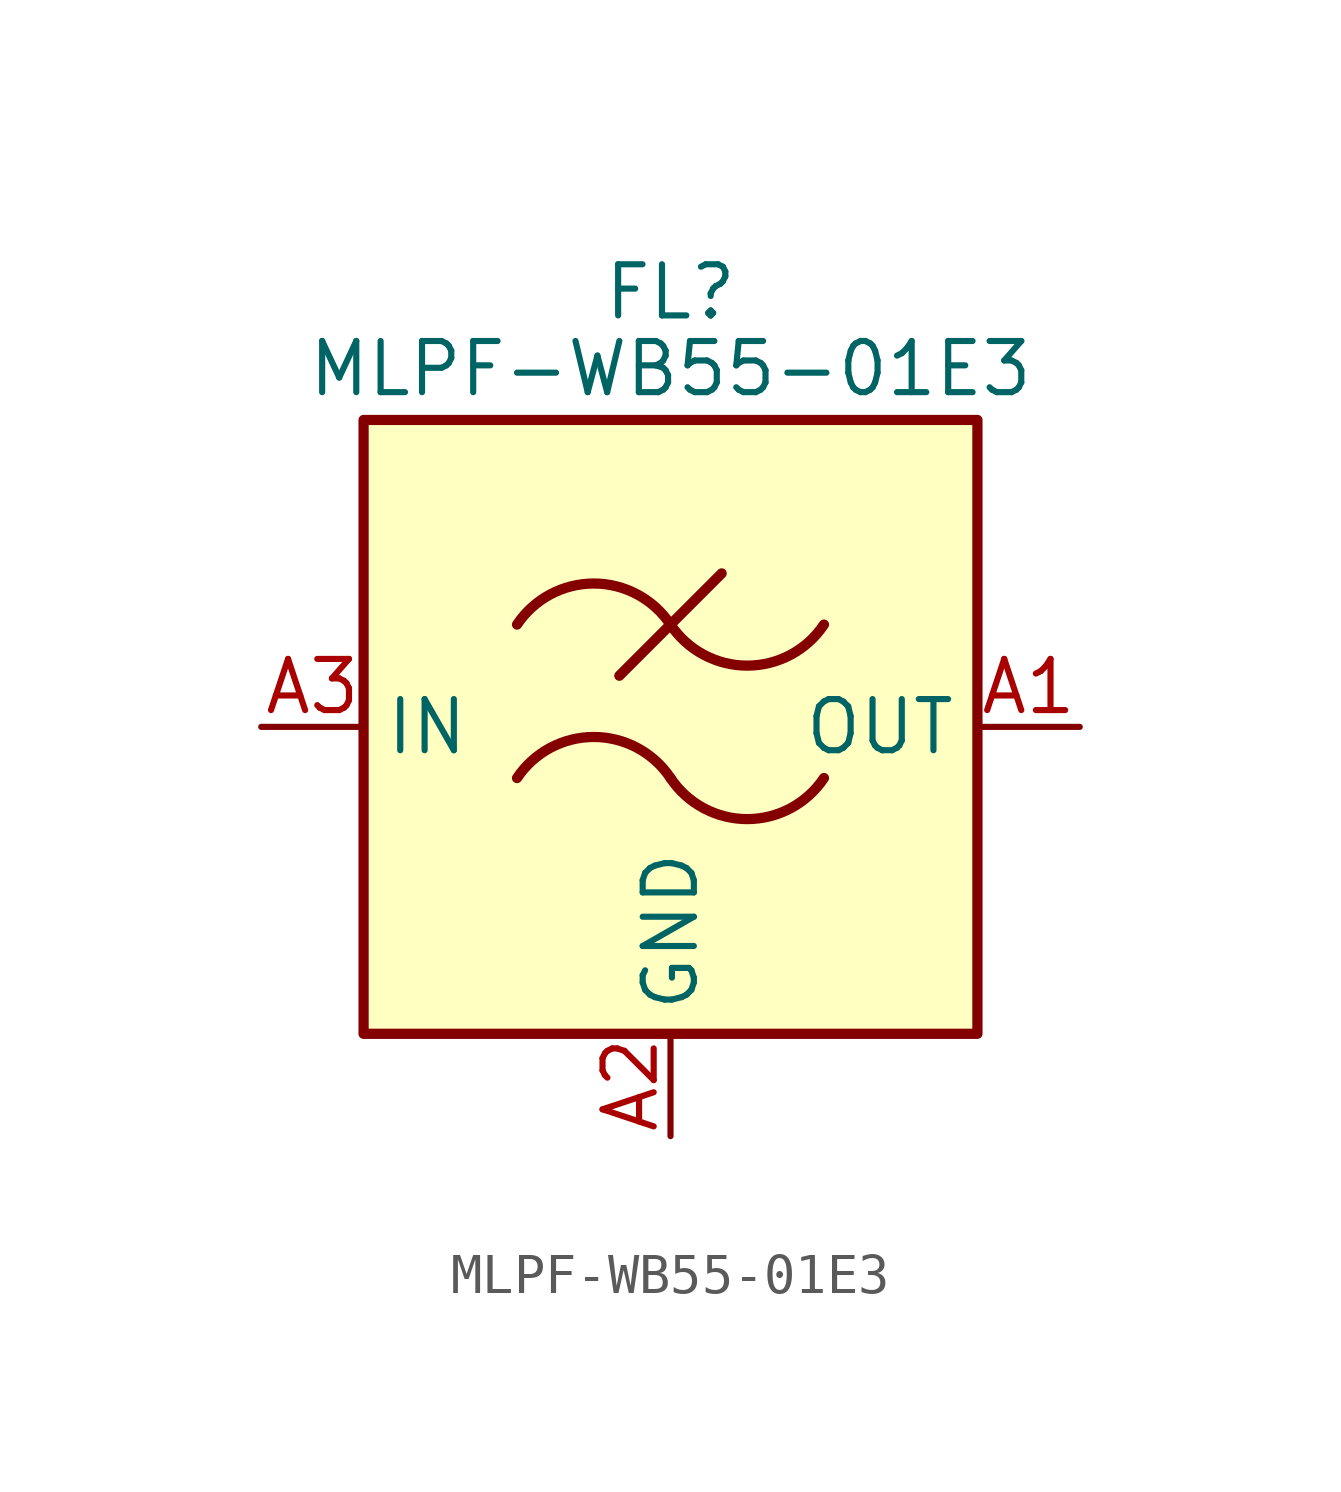
<source format=kicad_sym>
(kicad_symbol_lib
  (version 20231120)
  (generator "kicad_symbol_editor")
  (generator_version "8.0")
  (symbol "MLPF-WB55-01E3"
    (property "Reference" "FL"
      (at 0 10.795 0)
      (effects (font (size 1.27 1.27))))
    (property "Value" "MLPF-WB55-01E3"
      (at 0 8.89 0)
      (effects (font (size 1.27 1.27))))
    (symbol "MLPF-WB55-01E3_0_1"
      (rectangle (start -7.62 7.62) (end 7.62 -7.62) (stroke (width 0.254) (type default)) (fill (type background)))
      (arc (start 0 -1.27) (mid -1.905 -0.2505) (end -3.81 -1.27) (stroke (width 0.254) (type default)) (fill (type none)))
      (arc (start 0 -1.27) (mid 1.905 -2.2895) (end 3.81 -1.27) (stroke (width 0.254) (type default)) (fill (type none)))
      (polyline (pts (xy -1.27 1.27) (xy 1.27 3.81)) (stroke (width 0.254) (type default)) (fill (type none)))
      (arc (start 0 2.54) (mid -1.905 3.5595) (end -3.81 2.54) (stroke (width 0.254) (type default)) (fill (type none)))
      (arc (start 0 2.54) (mid 1.905 1.5205) (end 3.81 2.54) (stroke (width 0.254) (type default)) (fill (type none))))
    (symbol "MLPF-WB55-01E3_1_1"
      (pin passive line (at 10.16 0 180) (length 2.54) (name "OUT" (effects (font (size 1.27 1.27)))) (number "A1" (effects (font (size 1.27 1.27)))))
      (pin passive line (at 0 -10.16 90) (length 2.54) (name "GND" (effects (font (size 1.27 1.27)))) (number "A2" (effects (font (size 1.27 1.27)))))
      (pin passive line (at -10.16 0 0) (length 2.54) (name "IN" (effects (font (size 1.27 1.27)))) (number "A3" (effects (font (size 1.27 1.27)))))
      (pin passive line (at 0 -10.16 90) (length 2.54) hide (name "GND" (effects (font (size 1.27 1.27)))) (number "B1" (effects (font (size 1.27 1.27)))))
      (pin passive line (at 0 -10.16 90) (length 2.54) hide (name "GND" (effects (font (size 1.27 1.27)))) (number "B2" (effects (font (size 1.27 1.27)))))
      (pin passive line (at 0 -10.16 90) (length 2.54) hide (name "GND" (effects (font (size 1.27 1.27)))) (number "B3" (effects (font (size 1.27 1.27))))))))
</source>
